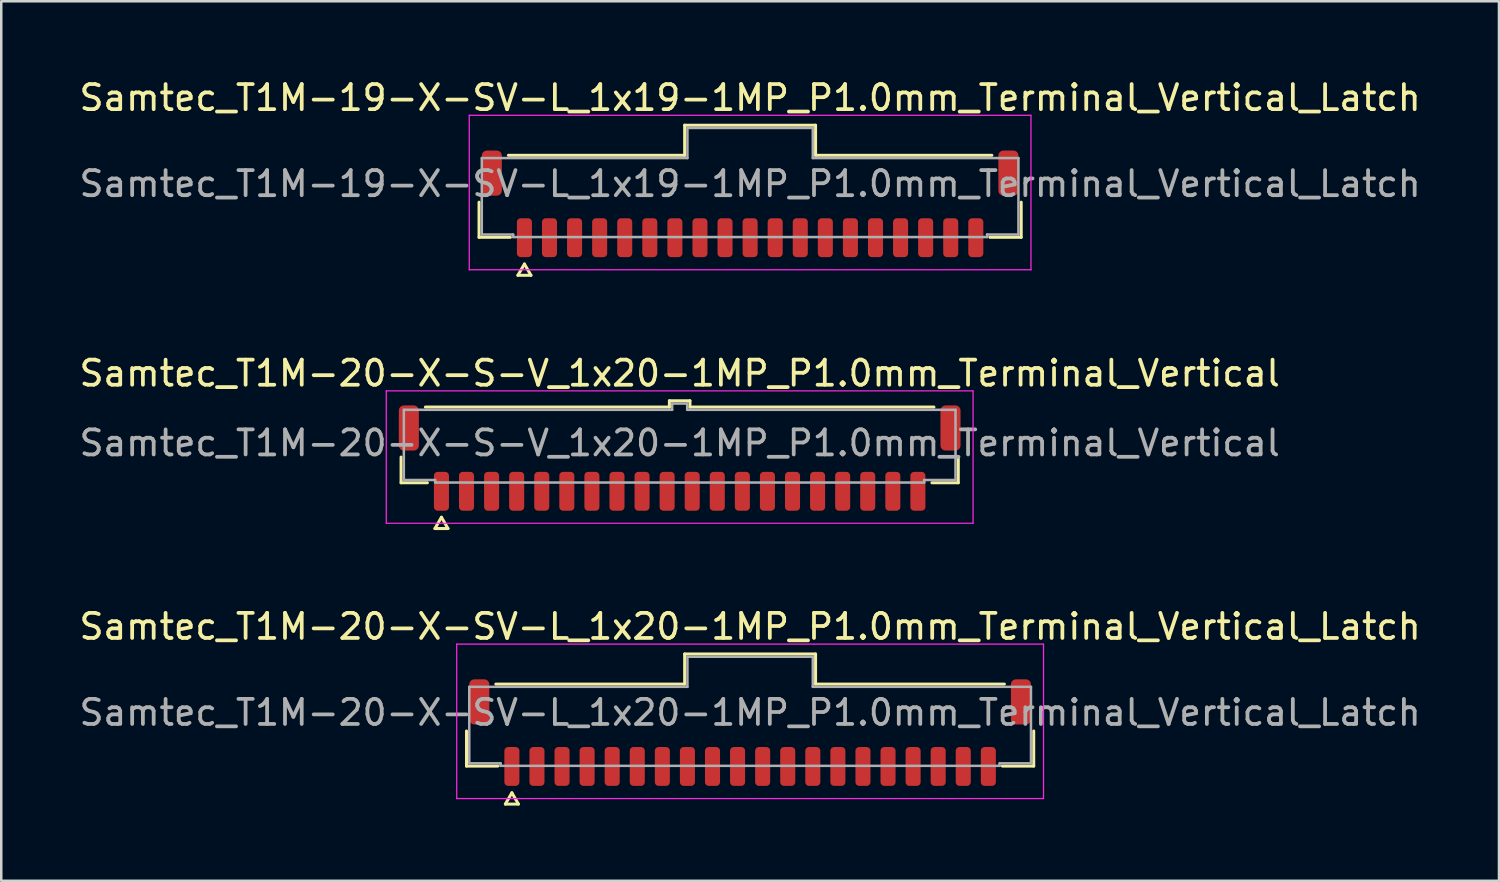
<source format=kicad_pcb>
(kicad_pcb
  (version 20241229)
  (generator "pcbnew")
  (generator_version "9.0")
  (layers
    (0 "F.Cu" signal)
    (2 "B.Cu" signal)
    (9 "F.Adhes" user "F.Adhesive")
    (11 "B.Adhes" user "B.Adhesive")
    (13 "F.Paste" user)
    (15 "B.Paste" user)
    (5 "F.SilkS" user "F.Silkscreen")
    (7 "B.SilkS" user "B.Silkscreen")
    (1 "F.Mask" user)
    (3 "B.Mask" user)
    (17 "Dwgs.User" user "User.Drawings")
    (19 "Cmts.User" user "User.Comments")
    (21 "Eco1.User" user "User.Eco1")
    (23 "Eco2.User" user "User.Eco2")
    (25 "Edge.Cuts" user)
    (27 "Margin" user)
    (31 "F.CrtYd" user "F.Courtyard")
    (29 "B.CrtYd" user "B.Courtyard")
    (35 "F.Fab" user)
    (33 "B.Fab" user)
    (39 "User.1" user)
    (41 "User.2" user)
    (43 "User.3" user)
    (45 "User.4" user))
  (footprint "Samtec_T1M-20-X-S-V_1x20-1MP_P1.0mm_Terminal_Vertical"
    (layer "F.Cu")
    (at 24.054 14.617)
    (property "Reference" "Samtec_T1M-20-X-S-V_1x20-1MP_P1.0mm_Terminal_Vertical" (at 0 -2.78 0) (layer "F.SilkS") (effects (font (size 1 1) (thickness 0.15))))
    (attr smd)
    (fp_line (start -11.11 1.585) (end -11.11 0.56) (stroke (width 0.12) (type solid)) (layer "F.SilkS"))
    (fp_line (start -10.14 -1.435) (end -0.41 -1.435) (stroke (width 0.12) (type solid)) (layer "F.SilkS"))
    (fp_line (start -10.06 1.585) (end -11.11 1.585) (stroke (width 0.12) (type solid)) (layer "F.SilkS"))
    (fp_line (start -9.76 3.41) (end -9.5 2.96) (stroke (width 0.12) (type solid)) (layer "F.SilkS"))
    (fp_line (start -9.5 2.96) (end -9.24 3.41) (stroke (width 0.12) (type solid)) (layer "F.SilkS"))
    (fp_line (start -9.24 3.41) (end -9.76 3.41) (stroke (width 0.12) (type solid)) (layer "F.SilkS"))
    (fp_line (start -0.41 -1.685) (end 0.41 -1.685) (stroke (width 0.12) (type solid)) (layer "F.SilkS"))
    (fp_line (start -0.41 -1.435) (end -0.41 -1.685) (stroke (width 0.12) (type solid)) (layer "F.SilkS"))
    (fp_line (start 0.41 -1.685) (end 0.41 -1.435) (stroke (width 0.12) (type solid)) (layer "F.SilkS"))
    (fp_line (start 0.41 -1.435) (end 10.14 -1.435) (stroke (width 0.12) (type solid)) (layer "F.SilkS"))
    (fp_line (start 11.11 0.56) (end 11.11 1.585) (stroke (width 0.12) (type solid)) (layer "F.SilkS"))
    (fp_line (start 11.11 1.585) (end 10.06 1.585) (stroke (width 0.12) (type solid)) (layer "F.SilkS"))
    (fp_line (start -11.7 -2.08) (end -11.7 3.2) (stroke (width 0.05) (type solid)) (layer "F.CrtYd"))
    (fp_line (start -11.7 3.2) (end 11.7 3.2) (stroke (width 0.05) (type solid)) (layer "F.CrtYd"))
    (fp_line (start 11.7 -2.08) (end -11.7 -2.08) (stroke (width 0.05) (type solid)) (layer "F.CrtYd"))
    (fp_line (start 11.7 3.2) (end 11.7 -2.08) (stroke (width 0.05) (type solid)) (layer "F.CrtYd"))
    (fp_line (start -11 -1.325) (end -0.3 -1.325) (stroke (width 0.1) (type solid)) (layer "F.Fab"))
    (fp_line (start -11 1.475) (end -11 -1.325) (stroke (width 0.1) (type solid)) (layer "F.Fab"))
    (fp_line (start -9.75 1.475) (end -11 1.475) (stroke (width 0.1) (type solid)) (layer "F.Fab"))
    (fp_line (start -9.75 1.575) (end -9.75 1.475) (stroke (width 0.1) (type solid)) (layer "F.Fab"))
    (fp_line (start -0.3 -1.575) (end 0.3 -1.575) (stroke (width 0.1) (type solid)) (layer "F.Fab"))
    (fp_line (start -0.3 -1.325) (end -0.3 -1.575) (stroke (width 0.1) (type solid)) (layer "F.Fab"))
    (fp_line (start 0.3 -1.575) (end 0.3 -1.325) (stroke (width 0.1) (type solid)) (layer "F.Fab"))
    (fp_line (start 0.3 -1.325) (end 11 -1.325) (stroke (width 0.1) (type solid)) (layer "F.Fab"))
    (fp_line (start 9.75 1.475) (end 9.75 1.575) (stroke (width 0.1) (type solid)) (layer "F.Fab"))
    (fp_line (start 9.75 1.575) (end -9.75 1.575) (stroke (width 0.1) (type solid)) (layer "F.Fab"))
    (fp_line (start 11 -1.325) (end 11 1.475) (stroke (width 0.1) (type solid)) (layer "F.Fab"))
    (fp_line (start 11 1.475) (end 9.75 1.475) (stroke (width 0.1) (type solid)) (layer "F.Fab"))
    (fp_text user "${REFERENCE}" (at 0 0 0) (layer "F.Fab") (effects (font (size 1 1) (thickness 0.15))))
    (pad "1" smd roundrect (at -9.5 1.925) (size 0.6 1.55) (layers "F.Cu" "F.Mask" "F.Paste") (roundrect_rratio 0.25))
    (pad "2" smd roundrect (at -8.5 1.925) (size 0.6 1.55) (layers "F.Cu" "F.Mask" "F.Paste") (roundrect_rratio 0.25))
    (pad "3" smd roundrect (at -7.5 1.925) (size 0.6 1.55) (layers "F.Cu" "F.Mask" "F.Paste") (roundrect_rratio 0.25))
    (pad "4" smd roundrect (at -6.5 1.925) (size 0.6 1.55) (layers "F.Cu" "F.Mask" "F.Paste") (roundrect_rratio 0.25))
    (pad "5" smd roundrect (at -5.5 1.925) (size 0.6 1.55) (layers "F.Cu" "F.Mask" "F.Paste") (roundrect_rratio 0.25))
    (pad "6" smd roundrect (at -4.5 1.925) (size 0.6 1.55) (layers "F.Cu" "F.Mask" "F.Paste") (roundrect_rratio 0.25))
    (pad "7" smd roundrect (at -3.5 1.925) (size 0.6 1.55) (layers "F.Cu" "F.Mask" "F.Paste") (roundrect_rratio 0.25))
    (pad "8" smd roundrect (at -2.5 1.925) (size 0.6 1.55) (layers "F.Cu" "F.Mask" "F.Paste") (roundrect_rratio 0.25))
    (pad "9" smd roundrect (at -1.5 1.925) (size 0.6 1.55) (layers "F.Cu" "F.Mask" "F.Paste") (roundrect_rratio 0.25))
    (pad "10" smd roundrect (at -0.5 1.925) (size 0.6 1.55) (layers "F.Cu" "F.Mask" "F.Paste") (roundrect_rratio 0.25))
    (pad "11" smd roundrect (at 0.5 1.925) (size 0.6 1.55) (layers "F.Cu" "F.Mask" "F.Paste") (roundrect_rratio 0.25))
    (pad "12" smd roundrect (at 1.5 1.925) (size 0.6 1.55) (layers "F.Cu" "F.Mask" "F.Paste") (roundrect_rratio 0.25))
    (pad "13" smd roundrect (at 2.5 1.925) (size 0.6 1.55) (layers "F.Cu" "F.Mask" "F.Paste") (roundrect_rratio 0.25))
    (pad "14" smd roundrect (at 3.5 1.925) (size 0.6 1.55) (layers "F.Cu" "F.Mask" "F.Paste") (roundrect_rratio 0.25))
    (pad "15" smd roundrect (at 4.5 1.925) (size 0.6 1.55) (layers "F.Cu" "F.Mask" "F.Paste") (roundrect_rratio 0.25))
    (pad "16" smd roundrect (at 5.5 1.925) (size 0.6 1.55) (layers "F.Cu" "F.Mask" "F.Paste") (roundrect_rratio 0.25))
    (pad "17" smd roundrect (at 6.5 1.925) (size 0.6 1.55) (layers "F.Cu" "F.Mask" "F.Paste") (roundrect_rratio 0.25))
    (pad "18" smd roundrect (at 7.5 1.925) (size 0.6 1.55) (layers "F.Cu" "F.Mask" "F.Paste") (roundrect_rratio 0.25))
    (pad "19" smd roundrect (at 8.5 1.925) (size 0.6 1.55) (layers "F.Cu" "F.Mask" "F.Paste") (roundrect_rratio 0.25))
    (pad "20" smd roundrect (at 9.5 1.925) (size 0.6 1.55) (layers "F.Cu" "F.Mask" "F.Paste") (roundrect_rratio 0.25))
    (pad "MP" smd roundrect (at -10.8 -0.6) (size 0.8 1.8) (layers "F.Cu" "F.Mask" "F.Paste") (roundrect_rratio 0.25))
    (pad "MP" smd roundrect (at 10.8 -0.6) (size 0.8 1.8) (layers "F.Cu" "F.Mask" "F.Paste") (roundrect_rratio 0.25)))
  (footprint "Samtec_T1M-19-X-SV-L_1x19-1MP_P1.0mm_Terminal_Vertical_Latch"
    (layer "F.Cu")
    (at 26.863 4.278)
    (property "Reference" "Samtec_T1M-19-X-SV-L_1x19-1MP_P1.0mm_Terminal_Vertical_Latch" (at 0 -3.43 0) (layer "F.SilkS") (effects (font (size 1 1) (thickness 0.15))))
    (attr smd)
    (fp_line (start -10.81 2.135) (end -10.81 0.735) (stroke (width 0.12) (type solid)) (layer "F.SilkS"))
    (fp_line (start -9.64 -1.135) (end -2.61 -1.135) (stroke (width 0.12) (type solid)) (layer "F.SilkS"))
    (fp_line (start -9.56 2.135) (end -10.81 2.135) (stroke (width 0.12) (type solid)) (layer "F.SilkS"))
    (fp_line (start -9.26 3.65) (end -9 3.2) (stroke (width 0.12) (type solid)) (layer "F.SilkS"))
    (fp_line (start -9 3.2) (end -8.74 3.65) (stroke (width 0.12) (type solid)) (layer "F.SilkS"))
    (fp_line (start -8.74 3.65) (end -9.26 3.65) (stroke (width 0.12) (type solid)) (layer "F.SilkS"))
    (fp_line (start -2.61 -2.335) (end 2.61 -2.335) (stroke (width 0.12) (type solid)) (layer "F.SilkS"))
    (fp_line (start -2.61 -1.135) (end -2.61 -2.335) (stroke (width 0.12) (type solid)) (layer "F.SilkS"))
    (fp_line (start 2.61 -2.335) (end 2.61 -1.135) (stroke (width 0.12) (type solid)) (layer "F.SilkS"))
    (fp_line (start 2.61 -1.135) (end 9.64 -1.135) (stroke (width 0.12) (type solid)) (layer "F.SilkS"))
    (fp_line (start 10.81 0.735) (end 10.81 2.135) (stroke (width 0.12) (type solid)) (layer "F.SilkS"))
    (fp_line (start 10.81 2.135) (end 9.56 2.135) (stroke (width 0.12) (type solid)) (layer "F.SilkS"))
    (fp_line (start -11.2 -2.73) (end -11.2 3.43) (stroke (width 0.05) (type solid)) (layer "F.CrtYd"))
    (fp_line (start -11.2 3.43) (end 11.2 3.43) (stroke (width 0.05) (type solid)) (layer "F.CrtYd"))
    (fp_line (start 11.2 -2.73) (end -11.2 -2.73) (stroke (width 0.05) (type solid)) (layer "F.CrtYd"))
    (fp_line (start 11.2 3.43) (end 11.2 -2.73) (stroke (width 0.05) (type solid)) (layer "F.CrtYd"))
    (fp_line (start -10.7 -1.025) (end -2.5 -1.025) (stroke (width 0.1) (type solid)) (layer "F.Fab"))
    (fp_line (start -10.7 2.025) (end -10.7 -1.025) (stroke (width 0.1) (type solid)) (layer "F.Fab"))
    (fp_line (start -9.45 2.025) (end -10.7 2.025) (stroke (width 0.1) (type solid)) (layer "F.Fab"))
    (fp_line (start -9.45 2.125) (end -9.45 2.025) (stroke (width 0.1) (type solid)) (layer "F.Fab"))
    (fp_line (start -2.5 -2.225) (end 2.5 -2.225) (stroke (width 0.1) (type solid)) (layer "F.Fab"))
    (fp_line (start -2.5 -1.025) (end -2.5 -2.225) (stroke (width 0.1) (type solid)) (layer "F.Fab"))
    (fp_line (start 2.5 -2.225) (end 2.5 -1.025) (stroke (width 0.1) (type solid)) (layer "F.Fab"))
    (fp_line (start 2.5 -1.025) (end 10.7 -1.025) (stroke (width 0.1) (type solid)) (layer "F.Fab"))
    (fp_line (start 9.45 2.025) (end 9.45 2.125) (stroke (width 0.1) (type solid)) (layer "F.Fab"))
    (fp_line (start 9.45 2.125) (end -9.45 2.125) (stroke (width 0.1) (type solid)) (layer "F.Fab"))
    (fp_line (start 10.7 -1.025) (end 10.7 2.025) (stroke (width 0.1) (type solid)) (layer "F.Fab"))
    (fp_line (start 10.7 2.025) (end 9.45 2.025) (stroke (width 0.1) (type solid)) (layer "F.Fab"))
    (fp_text user "${REFERENCE}" (at 0 0 0) (layer "F.Fab") (effects (font (size 1 1) (thickness 0.15))))
    (pad "1" smd roundrect (at -9 2.15) (size 0.6 1.55) (layers "F.Cu" "F.Mask" "F.Paste") (roundrect_rratio 0.25))
    (pad "2" smd roundrect (at -8 2.15) (size 0.6 1.55) (layers "F.Cu" "F.Mask" "F.Paste") (roundrect_rratio 0.25))
    (pad "3" smd roundrect (at -7 2.15) (size 0.6 1.55) (layers "F.Cu" "F.Mask" "F.Paste") (roundrect_rratio 0.25))
    (pad "4" smd roundrect (at -6 2.15) (size 0.6 1.55) (layers "F.Cu" "F.Mask" "F.Paste") (roundrect_rratio 0.25))
    (pad "5" smd roundrect (at -5 2.15) (size 0.6 1.55) (layers "F.Cu" "F.Mask" "F.Paste") (roundrect_rratio 0.25))
    (pad "6" smd roundrect (at -4 2.15) (size 0.6 1.55) (layers "F.Cu" "F.Mask" "F.Paste") (roundrect_rratio 0.25))
    (pad "7" smd roundrect (at -3 2.15) (size 0.6 1.55) (layers "F.Cu" "F.Mask" "F.Paste") (roundrect_rratio 0.25))
    (pad "8" smd roundrect (at -2 2.15) (size 0.6 1.55) (layers "F.Cu" "F.Mask" "F.Paste") (roundrect_rratio 0.25))
    (pad "9" smd roundrect (at -1 2.15) (size 0.6 1.55) (layers "F.Cu" "F.Mask" "F.Paste") (roundrect_rratio 0.25))
    (pad "10" smd roundrect (at 0 2.15) (size 0.6 1.55) (layers "F.Cu" "F.Mask" "F.Paste") (roundrect_rratio 0.25))
    (pad "11" smd roundrect (at 1 2.15) (size 0.6 1.55) (layers "F.Cu" "F.Mask" "F.Paste") (roundrect_rratio 0.25))
    (pad "12" smd roundrect (at 2 2.15) (size 0.6 1.55) (layers "F.Cu" "F.Mask" "F.Paste") (roundrect_rratio 0.25))
    (pad "13" smd roundrect (at 3 2.15) (size 0.6 1.55) (layers "F.Cu" "F.Mask" "F.Paste") (roundrect_rratio 0.25))
    (pad "14" smd roundrect (at 4 2.15) (size 0.6 1.55) (layers "F.Cu" "F.Mask" "F.Paste") (roundrect_rratio 0.25))
    (pad "15" smd roundrect (at 5 2.15) (size 0.6 1.55) (layers "F.Cu" "F.Mask" "F.Paste") (roundrect_rratio 0.25))
    (pad "16" smd roundrect (at 6 2.15) (size 0.6 1.55) (layers "F.Cu" "F.Mask" "F.Paste") (roundrect_rratio 0.25))
    (pad "17" smd roundrect (at 7 2.15) (size 0.6 1.55) (layers "F.Cu" "F.Mask" "F.Paste") (roundrect_rratio 0.25))
    (pad "18" smd roundrect (at 8 2.15) (size 0.6 1.55) (layers "F.Cu" "F.Mask" "F.Paste") (roundrect_rratio 0.25))
    (pad "19" smd roundrect (at 9 2.15) (size 0.6 1.55) (layers "F.Cu" "F.Mask" "F.Paste") (roundrect_rratio 0.25))
    (pad "MP" smd roundrect (at -10.3 -0.425) (size 0.8 1.8) (layers "F.Cu" "F.Mask" "F.Paste") (roundrect_rratio 0.25))
    (pad "MP" smd roundrect (at 10.3 -0.425) (size 0.8 1.8) (layers "F.Cu" "F.Mask" "F.Paste") (roundrect_rratio 0.25)))
  (footprint "Samtec_T1M-20-X-SV-L_1x20-1MP_P1.0mm_Terminal_Vertical_Latch"
    (layer "F.Cu")
    (at 26.863 25.365)
    (property "Reference" "Samtec_T1M-20-X-SV-L_1x20-1MP_P1.0mm_Terminal_Vertical_Latch" (at 0 -3.43 0) (layer "F.SilkS") (effects (font (size 1 1) (thickness 0.15))))
    (attr smd)
    (fp_line (start -11.31 2.135) (end -11.31 0.735) (stroke (width 0.12) (type solid)) (layer "F.SilkS"))
    (fp_line (start -10.14 -1.135) (end -2.61 -1.135) (stroke (width 0.12) (type solid)) (layer "F.SilkS"))
    (fp_line (start -10.06 2.135) (end -11.31 2.135) (stroke (width 0.12) (type solid)) (layer "F.SilkS"))
    (fp_line (start -9.76 3.65) (end -9.5 3.2) (stroke (width 0.12) (type solid)) (layer "F.SilkS"))
    (fp_line (start -9.5 3.2) (end -9.24 3.65) (stroke (width 0.12) (type solid)) (layer "F.SilkS"))
    (fp_line (start -9.24 3.65) (end -9.76 3.65) (stroke (width 0.12) (type solid)) (layer "F.SilkS"))
    (fp_line (start -2.61 -2.335) (end 2.61 -2.335) (stroke (width 0.12) (type solid)) (layer "F.SilkS"))
    (fp_line (start -2.61 -1.135) (end -2.61 -2.335) (stroke (width 0.12) (type solid)) (layer "F.SilkS"))
    (fp_line (start 2.61 -2.335) (end 2.61 -1.135) (stroke (width 0.12) (type solid)) (layer "F.SilkS"))
    (fp_line (start 2.61 -1.135) (end 10.14 -1.135) (stroke (width 0.12) (type solid)) (layer "F.SilkS"))
    (fp_line (start 11.31 0.735) (end 11.31 2.135) (stroke (width 0.12) (type solid)) (layer "F.SilkS"))
    (fp_line (start 11.31 2.135) (end 10.06 2.135) (stroke (width 0.12) (type solid)) (layer "F.SilkS"))
    (fp_line (start -11.7 -2.73) (end -11.7 3.43) (stroke (width 0.05) (type solid)) (layer "F.CrtYd"))
    (fp_line (start -11.7 3.43) (end 11.7 3.43) (stroke (width 0.05) (type solid)) (layer "F.CrtYd"))
    (fp_line (start 11.7 -2.73) (end -11.7 -2.73) (stroke (width 0.05) (type solid)) (layer "F.CrtYd"))
    (fp_line (start 11.7 3.43) (end 11.7 -2.73) (stroke (width 0.05) (type solid)) (layer "F.CrtYd"))
    (fp_line (start -11.2 -1.025) (end -2.5 -1.025) (stroke (width 0.1) (type solid)) (layer "F.Fab"))
    (fp_line (start -11.2 2.025) (end -11.2 -1.025) (stroke (width 0.1) (type solid)) (layer "F.Fab"))
    (fp_line (start -9.95 2.025) (end -11.2 2.025) (stroke (width 0.1) (type solid)) (layer "F.Fab"))
    (fp_line (start -9.95 2.125) (end -9.95 2.025) (stroke (width 0.1) (type solid)) (layer "F.Fab"))
    (fp_line (start -2.5 -2.225) (end 2.5 -2.225) (stroke (width 0.1) (type solid)) (layer "F.Fab"))
    (fp_line (start -2.5 -1.025) (end -2.5 -2.225) (stroke (width 0.1) (type solid)) (layer "F.Fab"))
    (fp_line (start 2.5 -2.225) (end 2.5 -1.025) (stroke (width 0.1) (type solid)) (layer "F.Fab"))
    (fp_line (start 2.5 -1.025) (end 11.2 -1.025) (stroke (width 0.1) (type solid)) (layer "F.Fab"))
    (fp_line (start 9.95 2.025) (end 9.95 2.125) (stroke (width 0.1) (type solid)) (layer "F.Fab"))
    (fp_line (start 9.95 2.125) (end -9.95 2.125) (stroke (width 0.1) (type solid)) (layer "F.Fab"))
    (fp_line (start 11.2 -1.025) (end 11.2 2.025) (stroke (width 0.1) (type solid)) (layer "F.Fab"))
    (fp_line (start 11.2 2.025) (end 9.95 2.025) (stroke (width 0.1) (type solid)) (layer "F.Fab"))
    (fp_text user "${REFERENCE}" (at 0 0 0) (layer "F.Fab") (effects (font (size 1 1) (thickness 0.15))))
    (pad "1" smd roundrect (at -9.5 2.15) (size 0.6 1.55) (layers "F.Cu" "F.Mask" "F.Paste") (roundrect_rratio 0.25))
    (pad "2" smd roundrect (at -8.5 2.15) (size 0.6 1.55) (layers "F.Cu" "F.Mask" "F.Paste") (roundrect_rratio 0.25))
    (pad "3" smd roundrect (at -7.5 2.15) (size 0.6 1.55) (layers "F.Cu" "F.Mask" "F.Paste") (roundrect_rratio 0.25))
    (pad "4" smd roundrect (at -6.5 2.15) (size 0.6 1.55) (layers "F.Cu" "F.Mask" "F.Paste") (roundrect_rratio 0.25))
    (pad "5" smd roundrect (at -5.5 2.15) (size 0.6 1.55) (layers "F.Cu" "F.Mask" "F.Paste") (roundrect_rratio 0.25))
    (pad "6" smd roundrect (at -4.5 2.15) (size 0.6 1.55) (layers "F.Cu" "F.Mask" "F.Paste") (roundrect_rratio 0.25))
    (pad "7" smd roundrect (at -3.5 2.15) (size 0.6 1.55) (layers "F.Cu" "F.Mask" "F.Paste") (roundrect_rratio 0.25))
    (pad "8" smd roundrect (at -2.5 2.15) (size 0.6 1.55) (layers "F.Cu" "F.Mask" "F.Paste") (roundrect_rratio 0.25))
    (pad "9" smd roundrect (at -1.5 2.15) (size 0.6 1.55) (layers "F.Cu" "F.Mask" "F.Paste") (roundrect_rratio 0.25))
    (pad "10" smd roundrect (at -0.5 2.15) (size 0.6 1.55) (layers "F.Cu" "F.Mask" "F.Paste") (roundrect_rratio 0.25))
    (pad "11" smd roundrect (at 0.5 2.15) (size 0.6 1.55) (layers "F.Cu" "F.Mask" "F.Paste") (roundrect_rratio 0.25))
    (pad "12" smd roundrect (at 1.5 2.15) (size 0.6 1.55) (layers "F.Cu" "F.Mask" "F.Paste") (roundrect_rratio 0.25))
    (pad "13" smd roundrect (at 2.5 2.15) (size 0.6 1.55) (layers "F.Cu" "F.Mask" "F.Paste") (roundrect_rratio 0.25))
    (pad "14" smd roundrect (at 3.5 2.15) (size 0.6 1.55) (layers "F.Cu" "F.Mask" "F.Paste") (roundrect_rratio 0.25))
    (pad "15" smd roundrect (at 4.5 2.15) (size 0.6 1.55) (layers "F.Cu" "F.Mask" "F.Paste") (roundrect_rratio 0.25))
    (pad "16" smd roundrect (at 5.5 2.15) (size 0.6 1.55) (layers "F.Cu" "F.Mask" "F.Paste") (roundrect_rratio 0.25))
    (pad "17" smd roundrect (at 6.5 2.15) (size 0.6 1.55) (layers "F.Cu" "F.Mask" "F.Paste") (roundrect_rratio 0.25))
    (pad "18" smd roundrect (at 7.5 2.15) (size 0.6 1.55) (layers "F.Cu" "F.Mask" "F.Paste") (roundrect_rratio 0.25))
    (pad "19" smd roundrect (at 8.5 2.15) (size 0.6 1.55) (layers "F.Cu" "F.Mask" "F.Paste") (roundrect_rratio 0.25))
    (pad "20" smd roundrect (at 9.5 2.15) (size 0.6 1.55) (layers "F.Cu" "F.Mask" "F.Paste") (roundrect_rratio 0.25))
    (pad "MP" smd roundrect (at -10.8 -0.425) (size 0.8 1.8) (layers "F.Cu" "F.Mask" "F.Paste") (roundrect_rratio 0.25))
    (pad "MP" smd roundrect (at 10.8 -0.425) (size 0.8 1.8) (layers "F.Cu" "F.Mask" "F.Paste") (roundrect_rratio 0.25)))
  (gr_rect
    (start -3 -3)
    (end 56.726 32.075)
    (stroke (width 0.1) (type default))
    (fill no)
    (layer "Edge.Cuts")))
</source>
